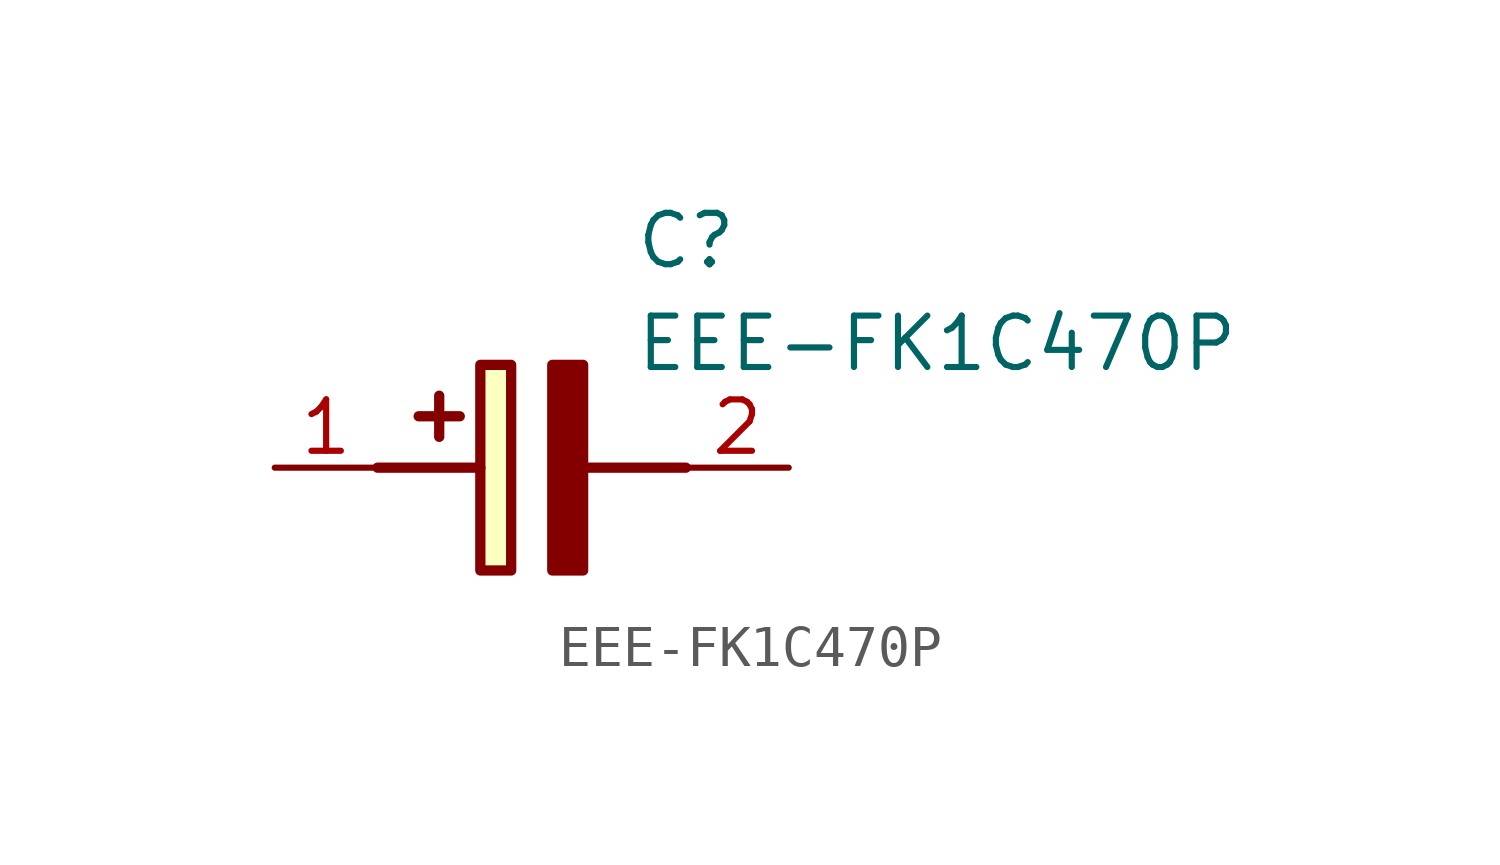
<source format=kicad_sym>
(kicad_symbol_lib
  (version 20211014)
  (generator SamacSys_ECAD_Model)
  (symbol "EEE-FK1C470P"
    (pin_names hide)
    (property "Reference" "C"
      (at 8.89 6.35 0)
      (effects (font (size 1.27 1.27)) (justify left top)))
    (property "Value" "EEE-FK1C470P"
      (at 8.89 3.81 0)
      (effects (font (size 1.27 1.27)) (justify left top)))
    (rectangle
      (start 5.08 2.54)
      (end 5.842 -2.54)
      (stroke (width 0.254) (type default))
      (fill (type background)))
    (polyline
      (pts (xy 4.572 1.27) (xy 3.556 1.27))
      (stroke (width 0.254) (type default))
      (fill (type none)))
    (polyline
      (pts (xy 4.064 1.778) (xy 4.064 0.762))
      (stroke (width 0.254) (type default))
      (fill (type none)))
    (polyline
      (pts (xy 2.54 0) (xy 5.08 0))
      (stroke (width 0.254) (type default))
      (fill (type none)))
    (polyline
      (pts (xy 7.62 0) (xy 10.16 0))
      (stroke (width 0.254) (type default))
      (fill (type none)))
    (polyline
      (pts (xy 7.62 2.54) (xy 7.62 -2.54) (xy 6.858 -2.54) (xy 6.858 2.54) (xy 7.62 2.54))
      (stroke (width 0.254) (type default))
      (fill (type outline)))
    (pin passive line
      (at 0 0 0)
      (length 2.54)
      (name "+" (effects (font (size 1.27 1.27))))
      (number "1" (effects (font (size 1.27 1.27)))))
    (pin passive line
      (at 12.7 0 180)
      (length 2.54)
      (name "-" (effects (font (size 1.27 1.27))))
      (number "2" (effects (font (size 1.27 1.27)))))))
</source>
